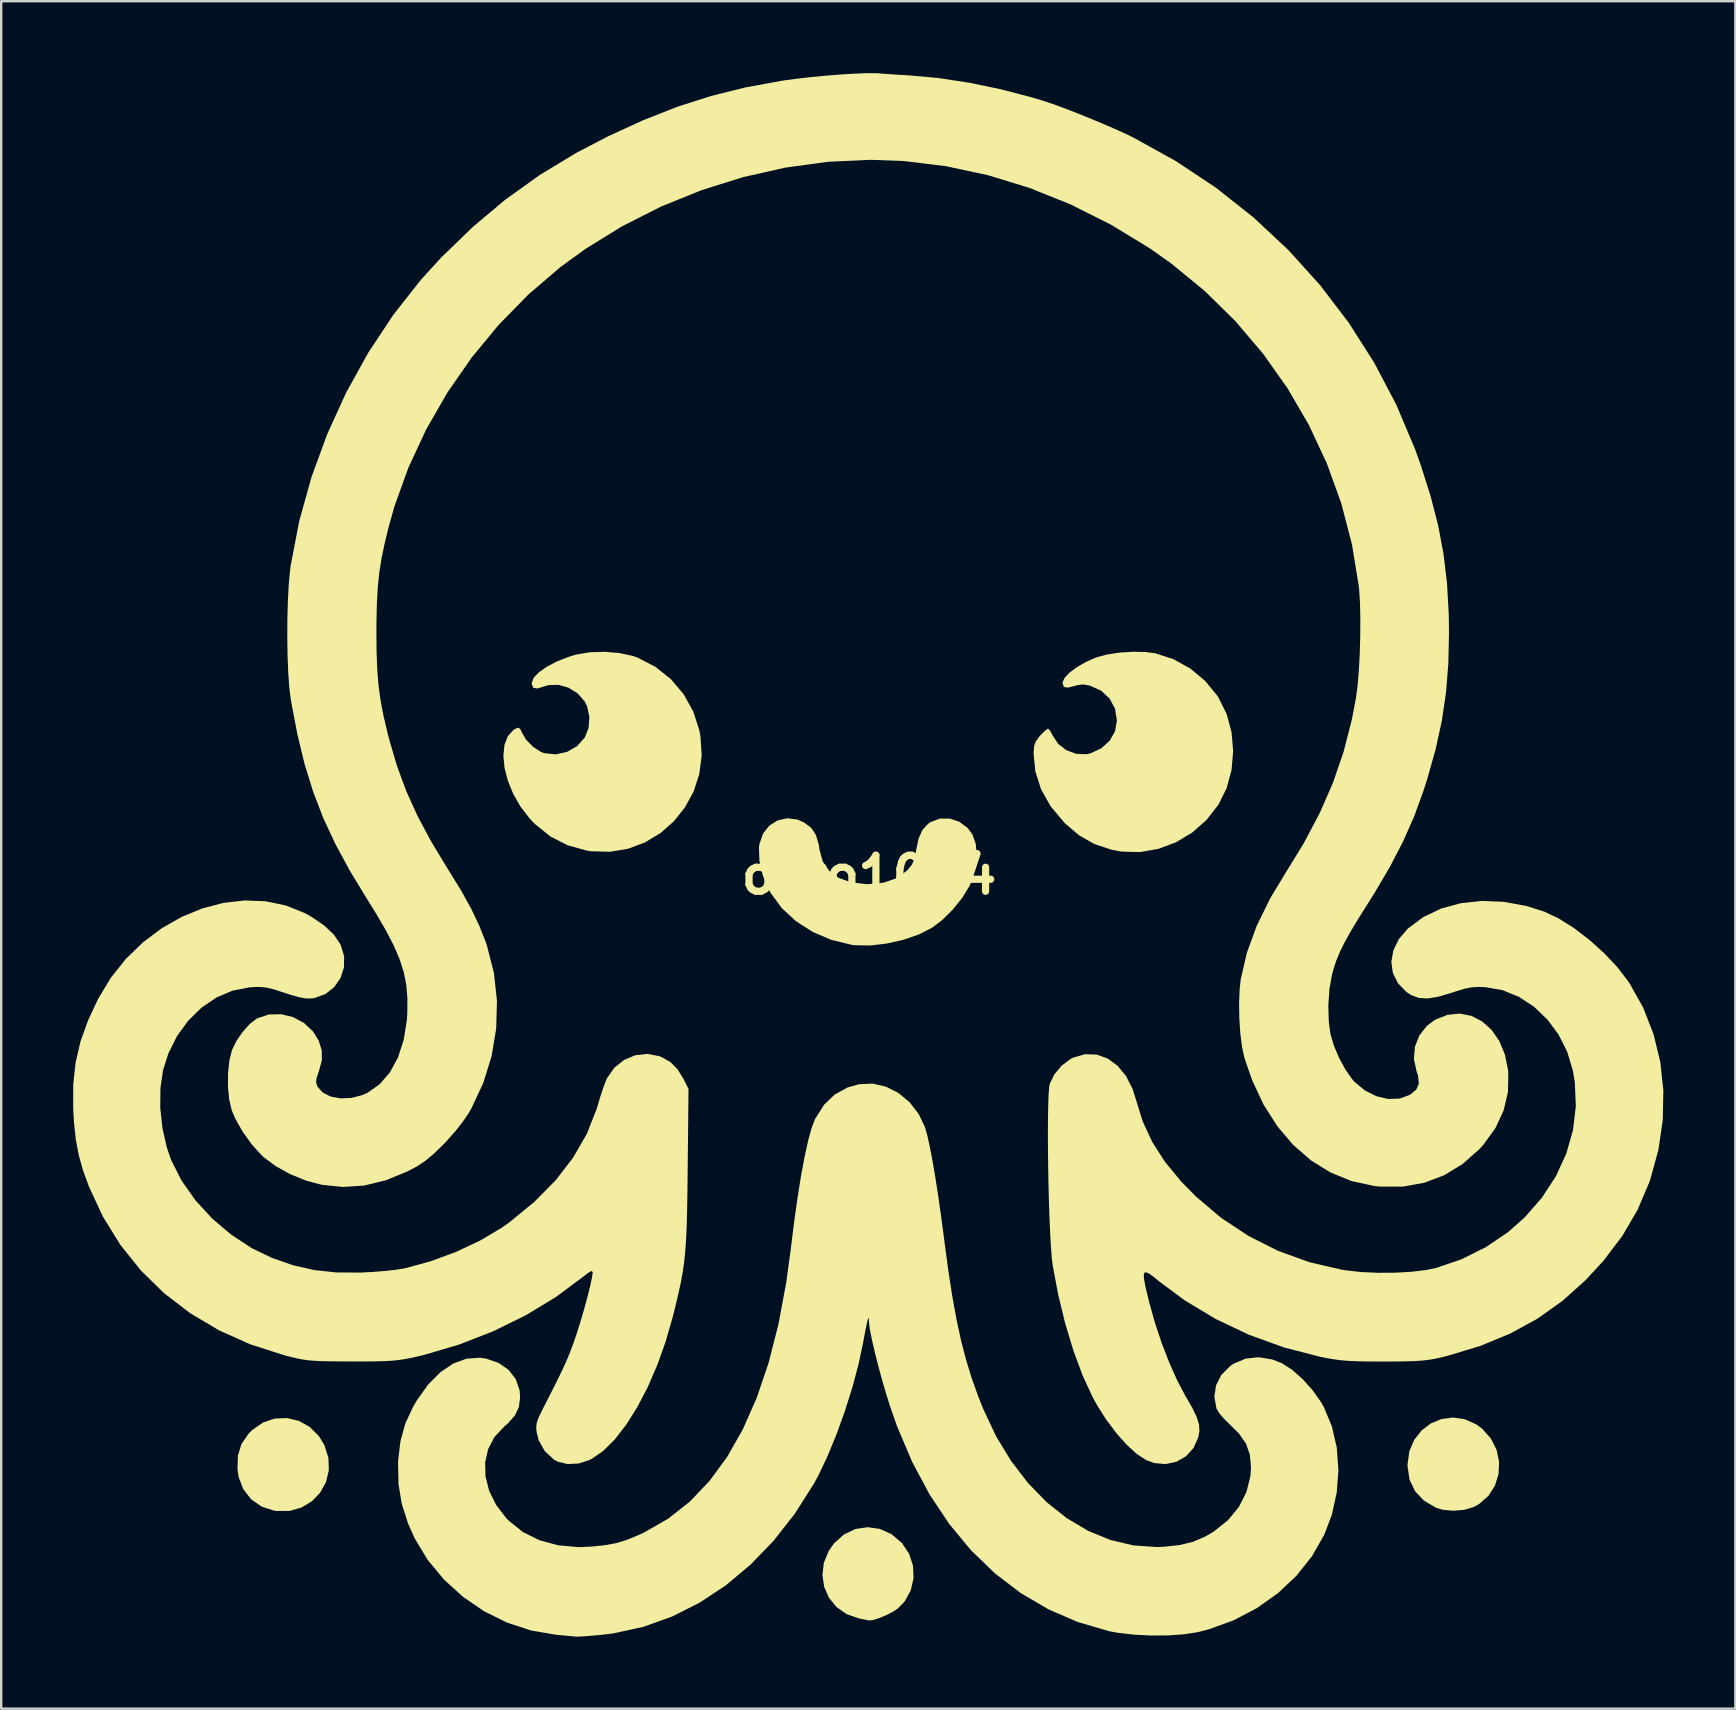
<source format=kicad_pcb>
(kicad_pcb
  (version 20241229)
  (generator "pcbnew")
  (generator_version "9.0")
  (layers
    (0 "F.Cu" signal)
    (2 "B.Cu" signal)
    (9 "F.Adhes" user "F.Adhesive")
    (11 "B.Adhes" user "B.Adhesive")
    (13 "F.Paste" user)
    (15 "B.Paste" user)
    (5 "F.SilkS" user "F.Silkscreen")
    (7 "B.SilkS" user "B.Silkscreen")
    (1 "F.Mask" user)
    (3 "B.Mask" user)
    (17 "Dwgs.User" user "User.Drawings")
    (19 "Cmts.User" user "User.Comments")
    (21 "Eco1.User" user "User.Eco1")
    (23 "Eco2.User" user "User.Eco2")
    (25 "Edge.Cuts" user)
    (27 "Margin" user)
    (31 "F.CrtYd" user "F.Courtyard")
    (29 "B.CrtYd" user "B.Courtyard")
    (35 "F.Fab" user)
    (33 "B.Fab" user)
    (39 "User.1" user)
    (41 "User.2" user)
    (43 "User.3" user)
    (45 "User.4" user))
  (footprint "octo1024"
    (layer "F.Cu")
    (at 33.162 33.411)
    (property "Reference" "octo1024" (at 0 0 0) (layer "F.SilkS") (effects (font (size 1.5 1.5) (thickness 0.3))))
    (attr board_only exclude_from_pos_files exclude_from_bom)
    (fp_poly (pts (xy -23.759 22.747) (xy -23.31 22.997) (xy -22.93 23.372) (xy -22.695 23.759) (xy -22.526 24.293) (xy -22.51 24.815) (xy -22.63 25.303) (xy -22.87 25.737) (xy -23.214 26.095) (xy -23.644 26.356) (xy -24.145 26.499) (xy -24.7 26.501) (xy -24.8 26.486) (xy -25.321 26.314) (xy -25.752 26.01) (xy -26.073 25.594) (xy -26.268 25.087) (xy -26.317 24.751) (xy -26.296 24.181) (xy -26.146 23.701) (xy -25.854 23.281) (xy -25.701 23.127) (xy -25.249 22.814) (xy -24.756 22.65) (xy -24.25 22.63)) (stroke (width 0) (type solid)) (fill yes) (layer "F.SilkS"))
    (fp_poly (pts (xy 24.827 22.678) (xy 25.304 22.893) (xy 25.546 23.072) (xy 25.916 23.486) (xy 26.152 23.958) (xy 26.256 24.462) (xy 26.232 24.967) (xy 26.082 25.446) (xy 25.811 25.871) (xy 25.42 26.213) (xy 25.188 26.34) (xy 24.803 26.454) (xy 24.352 26.492) (xy 23.913 26.453) (xy 23.637 26.372) (xy 23.125 26.071) (xy 22.752 25.675) (xy 22.522 25.191) (xy 22.439 24.623) (xy 22.439 24.577) (xy 22.513 24.021) (xy 22.715 23.541) (xy 23.022 23.148) (xy 23.411 22.853) (xy 23.857 22.669) (xy 24.336 22.607)) (stroke (width 0) (type solid)) (fill yes) (layer "F.SilkS"))
    (fp_poly (pts (xy 0.45 27.248) (xy 0.934 27.466) (xy 1.366 27.831) (xy 1.37 27.836) (xy 1.673 28.288) (xy 1.834 28.789) (xy 1.855 29.308) (xy 1.738 29.813) (xy 1.485 30.269) (xy 1.199 30.567) (xy 0.988 30.706) (xy 0.708 30.848) (xy 0.413 30.97) (xy 0.158 31.048) (xy 0.006 31.063) (xy -0.1 31.043) (xy -0.309 31.002) (xy -0.408 30.982) (xy -0.93 30.803) (xy -1.353 30.506) (xy -1.669 30.118) (xy -1.868 29.665) (xy -1.942 29.172) (xy -1.883 28.665) (xy -1.682 28.17) (xy -1.452 27.843) (xy -1.035 27.474) (xy -0.562 27.252) (xy -0.057 27.177)) (stroke (width 0) (type solid)) (fill yes) (layer "F.SilkS"))
    (fp_poly (pts (xy -2.989 -2.311) (xy -2.713 -2.193) (xy -2.411 -1.966) (xy -2.211 -1.666) (xy -2.092 -1.256) (xy -2.063 -1.055) (xy -1.93 -0.567) (xy -1.66 -0.173) (xy -1.264 0.12) (xy -0.749 0.307) (xy -0.126 0.38) (xy -0.042 0.381) (xy 0.605 0.32) (xy 1.141 0.135) (xy 1.573 -0.176) (xy 1.607 -0.21) (xy 1.785 -0.428) (xy 1.891 -0.665) (xy 1.957 -0.995) (xy 1.96 -1.015) (xy 2.063 -1.512) (xy 2.224 -1.874) (xy 2.459 -2.132) (xy 2.565 -2.205) (xy 2.955 -2.351) (xy 3.369 -2.351) (xy 3.767 -2.216) (xy 4.11 -1.959) (xy 4.308 -1.693) (xy 4.45 -1.288) (xy 4.489 -0.796) (xy 4.428 -0.261) (xy 4.269 0.272) (xy 4.184 0.462) (xy 3.892 0.942) (xy 3.499 1.431) (xy 3.055 1.873) (xy 2.643 2.188) (xy 2.092 2.472) (xy 1.438 2.699) (xy 0.735 2.858) (xy 0.039 2.938) (xy -0.592 2.926) (xy -0.72 2.91) (xy -1.563 2.706) (xy -2.345 2.373) (xy -3.044 1.926) (xy -3.636 1.379) (xy -4.1 0.747) (xy -4.18 0.603) (xy -4.427 0.015) (xy -4.566 -0.581) (xy -4.587 -1.135) (xy -4.568 -1.284) (xy -4.421 -1.718) (xy -4.16 -2.052) (xy -3.814 -2.272) (xy -3.414 -2.364)) (stroke (width 0) (type solid)) (fill yes) (layer "F.SilkS"))
    (fp_poly (pts (xy -10.401 -9.248) (xy -9.848 -9.131) (xy -9.654 -9.063) (xy -8.903 -8.675) (xy -8.256 -8.16) (xy -7.726 -7.536) (xy -7.326 -6.817) (xy -7.069 -6.021) (xy -7.024 -5.78) (xy -6.973 -4.974) (xy -7.073 -4.202) (xy -7.31 -3.478) (xy -7.67 -2.817) (xy -8.136 -2.234) (xy -8.696 -1.742) (xy -9.335 -1.358) (xy -10.037 -1.094) (xy -10.789 -0.967) (xy -11.576 -0.989) (xy -11.769 -1.019) (xy -12.566 -1.24) (xy -13.282 -1.608) (xy -13.925 -2.127) (xy -14.146 -2.36) (xy -14.527 -2.854) (xy -14.829 -3.386) (xy -15.051 -3.932) (xy -15.188 -4.468) (xy -15.236 -4.972) (xy -15.192 -5.418) (xy -15.052 -5.784) (xy -14.813 -6.047) (xy -14.736 -6.094) (xy -14.604 -6.139) (xy -14.521 -6.066) (xy -14.472 -5.951) (xy -14.284 -5.631) (xy -13.996 -5.338) (xy -13.67 -5.127) (xy -13.527 -5.075) (xy -13.048 -5.028) (xy -12.582 -5.131) (xy -12.169 -5.368) (xy -11.849 -5.723) (xy -11.839 -5.738) (xy -11.685 -6.135) (xy -11.653 -6.583) (xy -11.744 -7.018) (xy -11.846 -7.227) (xy -12.14 -7.566) (xy -12.52 -7.804) (xy -12.941 -7.924) (xy -13.361 -7.912) (xy -13.551 -7.853) (xy -13.827 -7.77) (xy -13.99 -7.801) (xy -14.053 -7.953) (xy -14.055 -8.001) (xy -13.976 -8.214) (xy -13.757 -8.446) (xy -13.423 -8.681) (xy -12.999 -8.901) (xy -12.512 -9.092) (xy -12.186 -9.189) (xy -11.636 -9.281) (xy -11.019 -9.3)) (stroke (width 0) (type solid)) (fill yes) (layer "F.SilkS"))
    (fp_poly (pts (xy 11.548 -9.29) (xy 11.934 -9.237) (xy 12.69 -8.991) (xy 13.394 -8.598) (xy 14.015 -8.08) (xy 14.523 -7.456) (xy 14.561 -7.397) (xy 14.902 -6.709) (xy 15.106 -5.954) (xy 15.174 -5.165) (xy 15.107 -4.377) (xy 14.903 -3.623) (xy 14.564 -2.936) (xy 14.065 -2.295) (xy 13.465 -1.767) (xy 12.786 -1.36) (xy 12.053 -1.087) (xy 11.288 -0.955) (xy 10.515 -0.975) (xy 10.118 -1.049) (xy 9.395 -1.289) (xy 8.764 -1.645) (xy 8.177 -2.142) (xy 8.141 -2.179) (xy 7.572 -2.856) (xy 7.169 -3.57) (xy 6.931 -4.319) (xy 6.858 -5.053) (xy 6.876 -5.351) (xy 6.948 -5.565) (xy 7.106 -5.779) (xy 7.121 -5.797) (xy 7.291 -5.974) (xy 7.422 -6.081) (xy 7.458 -6.096) (xy 7.537 -6.026) (xy 7.634 -5.853) (xy 7.651 -5.814) (xy 7.884 -5.461) (xy 8.226 -5.199) (xy 8.633 -5.049) (xy 9.058 -5.033) (xy 9.225 -5.069) (xy 9.679 -5.28) (xy 10.029 -5.596) (xy 10.252 -5.992) (xy 10.329 -6.433) (xy 10.251 -6.927) (xy 10.028 -7.348) (xy 9.675 -7.676) (xy 9.225 -7.885) (xy 8.935 -7.942) (xy 8.664 -7.908) (xy 8.549 -7.873) (xy 8.3 -7.81) (xy 8.154 -7.826) (xy 8.111 -7.857) (xy 8.059 -8.012) (xy 8.146 -8.21) (xy 8.354 -8.432) (xy 8.664 -8.663) (xy 9.057 -8.886) (xy 9.474 -9.068) (xy 9.907 -9.187) (xy 10.44 -9.267) (xy 11.009 -9.303)) (stroke (width 0) (type solid)) (fill yes) (layer "F.SilkS"))
    (fp_poly (pts (xy 26.447 1.118) (xy 27.383 1.289) (xy 28.135 1.525) (xy 28.732 1.807) (xy 29.372 2.209) (xy 30.018 2.703) (xy 30.636 3.26) (xy 31.189 3.848) (xy 31.644 4.44) (xy 31.676 4.487) (xy 32.257 5.523) (xy 32.689 6.626) (xy 32.971 7.784) (xy 33.1 8.982) (xy 33.076 10.205) (xy 32.896 11.441) (xy 32.56 12.674) (xy 32.512 12.812) (xy 32.026 13.952) (xy 31.39 15.04) (xy 30.597 16.085) (xy 29.849 16.893) (xy 28.887 17.754) (xy 27.849 18.49) (xy 26.719 19.109) (xy 25.479 19.621) (xy 24.113 20.035) (xy 23.961 20.073) (xy 23.656 20.144) (xy 23.374 20.196) (xy 23.078 20.232) (xy 22.735 20.255) (xy 22.309 20.268) (xy 21.765 20.274) (xy 21.463 20.275) (xy 20.838 20.273) (xy 20.344 20.264) (xy 19.941 20.245) (xy 19.591 20.212) (xy 19.255 20.163) (xy 18.893 20.096) (xy 18.796 20.076) (xy 17.284 19.685) (xy 15.824 19.155) (xy 14.437 18.497) (xy 13.146 17.719) (xy 12.107 16.946) (xy 11.83 16.723) (xy 11.632 16.588) (xy 11.507 16.551) (xy 11.451 16.626) (xy 11.457 16.824) (xy 11.52 17.158) (xy 11.635 17.638) (xy 11.687 17.847) (xy 11.918 18.672) (xy 12.199 19.512) (xy 12.513 20.323) (xy 12.841 21.059) (xy 13.168 21.678) (xy 13.203 21.737) (xy 13.476 22.212) (xy 13.655 22.586) (xy 13.749 22.892) (xy 13.768 23.161) (xy 13.724 23.424) (xy 13.523 23.874) (xy 13.21 24.22) (xy 12.812 24.449) (xy 12.359 24.548) (xy 11.882 24.504) (xy 11.544 24.379) (xy 11.158 24.126) (xy 10.736 23.741) (xy 10.303 23.254) (xy 9.88 22.69) (xy 9.493 22.078) (xy 9.32 21.762) (xy 8.905 20.863) (xy 8.521 19.831) (xy 8.178 18.698) (xy 7.885 17.497) (xy 7.654 16.263) (xy 7.653 16.256) (xy 7.615 15.939) (xy 7.58 15.495) (xy 7.549 14.948) (xy 7.522 14.32) (xy 7.498 13.635) (xy 7.479 12.915) (xy 7.466 12.184) (xy 7.457 11.465) (xy 7.454 10.78) (xy 7.457 10.153) (xy 7.467 9.607) (xy 7.483 9.165) (xy 7.506 8.85) (xy 7.531 8.701) (xy 7.721 8.31) (xy 8.027 7.946) (xy 8.396 7.666) (xy 8.508 7.609) (xy 9.002 7.467) (xy 9.485 7.484) (xy 9.942 7.647) (xy 10.354 7.947) (xy 10.706 8.371) (xy 10.981 8.909) (xy 11.122 9.357) (xy 11.404 10.267) (xy 11.802 11.124) (xy 12.33 11.949) (xy 13.001 12.764) (xy 13.607 13.383) (xy 14.664 14.281) (xy 15.817 15.044) (xy 17.051 15.665) (xy 18.349 16.135) (xy 19.698 16.447) (xy 19.854 16.472) (xy 20.487 16.543) (xy 21.188 16.576) (xy 21.909 16.573) (xy 22.6 16.534) (xy 23.212 16.461) (xy 23.622 16.377) (xy 24.685 16.014) (xy 25.695 15.512) (xy 26.62 14.888) (xy 27.314 14.276) (xy 28.042 13.442) (xy 28.624 12.549) (xy 29.056 11.608) (xy 29.334 10.633) (xy 29.453 9.637) (xy 29.41 8.632) (xy 29.33 8.151) (xy 29.095 7.369) (xy 28.735 6.653) (xy 28.268 6.022) (xy 27.712 5.492) (xy 27.085 5.079) (xy 26.403 4.801) (xy 25.694 4.675) (xy 25.376 4.663) (xy 25.104 4.682) (xy 24.819 4.74) (xy 24.461 4.847) (xy 24.268 4.911) (xy 23.716 5.075) (xy 23.275 5.146) (xy 22.912 5.123) (xy 22.596 5.006) (xy 22.394 4.874) (xy 22.038 4.508) (xy 21.828 4.082) (xy 21.765 3.619) (xy 21.848 3.142) (xy 22.076 2.674) (xy 22.449 2.237) (xy 22.459 2.227) (xy 23.1 1.751) (xy 23.838 1.4) (xy 24.655 1.176) (xy 25.531 1.081)) (stroke (width 0) (type solid)) (fill yes) (layer "F.SilkS"))
    (fp_poly (pts (xy -25.144 1.095) (xy -24.298 1.271) (xy -23.498 1.594) (xy -23.241 1.738) (xy -22.703 2.104) (xy -22.31 2.473) (xy -22.04 2.869) (xy -22.012 2.923) (xy -21.871 3.39) (xy -21.88 3.857) (xy -22.023 4.293) (xy -22.284 4.67) (xy -22.646 4.957) (xy -23.095 5.124) (xy -23.194 5.141) (xy -23.431 5.146) (xy -23.725 5.099) (xy -24.114 4.99) (xy -24.355 4.911) (xy -24.753 4.781) (xy -25.052 4.703) (xy -25.309 4.669) (xy -25.584 4.668) (xy -25.808 4.682) (xy -26.518 4.818) (xy -27.194 5.106) (xy -27.817 5.53) (xy -28.371 6.072) (xy -28.838 6.716) (xy -29.201 7.446) (xy -29.418 8.135) (xy -29.527 8.88) (xy -29.534 9.702) (xy -29.443 10.547) (xy -29.259 11.361) (xy -29.081 11.875) (xy -28.647 12.734) (xy -28.069 13.555) (xy -27.371 14.315) (xy -26.577 14.989) (xy -25.713 15.554) (xy -24.881 15.955) (xy -23.993 16.264) (xy -23.119 16.463) (xy -22.205 16.561) (xy -21.198 16.567) (xy -21.167 16.566) (xy -20.666 16.54) (xy -20.169 16.5) (xy -19.726 16.451) (xy -19.391 16.399) (xy -19.346 16.39) (xy -18.261 16.094) (xy -17.195 15.7) (xy -16.192 15.226) (xy -15.295 14.692) (xy -15.004 14.487) (xy -13.949 13.623) (xy -13.057 12.72) (xy -12.328 11.774) (xy -11.759 10.785) (xy -11.35 9.75) (xy -11.296 9.567) (xy -11.18 9.183) (xy -11.061 8.827) (xy -10.957 8.554) (xy -10.918 8.467) (xy -10.612 8.03) (xy -10.21 7.708) (xy -9.744 7.512) (xy -9.244 7.454) (xy -8.743 7.548) (xy -8.656 7.582) (xy -8.277 7.794) (xy -7.978 8.096) (xy -7.732 8.498) (xy -7.522 8.911) (xy -7.556 12.266) (xy -7.567 13.193) (xy -7.58 13.974) (xy -7.598 14.636) (xy -7.623 15.201) (xy -7.658 15.695) (xy -7.704 16.142) (xy -7.766 16.567) (xy -7.845 16.993) (xy -7.943 17.446) (xy -8.063 17.95) (xy -8.17 18.383) (xy -8.468 19.424) (xy -8.82 20.412) (xy -9.218 21.333) (xy -9.653 22.168) (xy -10.114 22.902) (xy -10.593 23.52) (xy -11.08 24.003) (xy -11.566 24.337) (xy -11.646 24.377) (xy -12.105 24.524) (xy -12.564 24.547) (xy -12.974 24.446) (xy -13.13 24.361) (xy -13.511 24.007) (xy -13.764 23.558) (xy -13.849 23.229) (xy -13.869 23.015) (xy -13.846 22.822) (xy -13.766 22.598) (xy -13.616 22.289) (xy -13.591 22.24) (xy -13.251 21.579) (xy -12.979 21.037) (xy -12.761 20.586) (xy -12.586 20.196) (xy -12.439 19.837) (xy -12.307 19.482) (xy -12.18 19.107) (xy -12.023 18.61) (xy -11.873 18.097) (xy -11.739 17.604) (xy -11.628 17.163) (xy -11.551 16.809) (xy -11.516 16.574) (xy -11.515 16.541) (xy -11.563 16.503) (xy -11.712 16.584) (xy -11.917 16.744) (xy -13.046 17.585) (xy -14.302 18.346) (xy -15.653 19.01) (xy -17.072 19.564) (xy -18.527 19.995) (xy -18.899 20.083) (xy -19.216 20.15) (xy -19.507 20.199) (xy -19.807 20.234) (xy -20.149 20.256) (xy -20.567 20.268) (xy -21.095 20.272) (xy -21.59 20.271) (xy -22.199 20.268) (xy -22.672 20.262) (xy -23.043 20.248) (xy -23.345 20.225) (xy -23.611 20.188) (xy -23.875 20.136) (xy -24.171 20.063) (xy -24.388 20.006) (xy -25.788 19.556) (xy -27.089 18.972) (xy -28.286 18.261) (xy -29.374 17.427) (xy -30.346 16.475) (xy -31.198 15.41) (xy -31.923 14.237) (xy -32.503 12.992) (xy -32.752 12.312) (xy -32.931 11.674) (xy -33.054 11.021) (xy -33.13 10.296) (xy -33.162 9.737) (xy -33.161 8.741) (xy -33.064 7.826) (xy -32.86 6.945) (xy -32.54 6.053) (xy -32.124 5.165) (xy -31.594 4.283) (xy -30.966 3.495) (xy -30.255 2.806) (xy -29.477 2.222) (xy -28.649 1.749) (xy -27.786 1.394) (xy -26.903 1.163) (xy -26.017 1.061)) (stroke (width 0) (type solid)) (fill yes) (layer "F.SilkS"))
    (fp_poly (pts (xy 0.704 8.82) (xy 1.226 9.083) (xy 1.689 9.467) (xy 2.068 9.956) (xy 2.329 10.502) (xy 2.422 10.824) (xy 2.528 11.297) (xy 2.644 11.902) (xy 2.766 12.62) (xy 2.892 13.432) (xy 3.018 14.321) (xy 3.133 15.198) (xy 3.298 16.438) (xy 3.467 17.535) (xy 3.644 18.512) (xy 3.835 19.396) (xy 4.047 20.211) (xy 4.284 20.982) (xy 4.554 21.735) (xy 4.752 22.234) (xy 5.292 23.382) (xy 5.921 24.419) (xy 6.628 25.34) (xy 7.404 26.136) (xy 8.24 26.801) (xy 9.127 27.327) (xy 10.055 27.708) (xy 11.015 27.936) (xy 11.997 28.004) (xy 12.277 27.993) (xy 12.937 27.922) (xy 13.492 27.788) (xy 13.997 27.574) (xy 14.371 27.355) (xy 14.955 26.888) (xy 15.411 26.334) (xy 15.728 25.711) (xy 15.894 25.041) (xy 15.917 24.676) (xy 15.868 24.148) (xy 15.706 23.693) (xy 15.413 23.271) (xy 15.061 22.923) (xy 14.809 22.679) (xy 14.604 22.44) (xy 14.486 22.253) (xy 14.48 22.238) (xy 14.39 21.742) (xy 14.46 21.266) (xy 14.681 20.832) (xy 15.044 20.467) (xy 15.192 20.365) (xy 15.692 20.153) (xy 16.239 20.094) (xy 16.809 20.189) (xy 17.201 20.344) (xy 17.625 20.614) (xy 18.066 21.002) (xy 18.482 21.466) (xy 18.834 21.963) (xy 18.946 22.158) (xy 19.286 22.972) (xy 19.491 23.857) (xy 19.559 24.786) (xy 19.491 25.729) (xy 19.286 26.658) (xy 18.969 27.494) (xy 18.46 28.385) (xy 17.812 29.2) (xy 17.041 29.926) (xy 16.164 30.548) (xy 15.2 31.054) (xy 14.165 31.431) (xy 13.698 31.551) (xy 13.132 31.64) (xy 12.459 31.687) (xy 11.733 31.691) (xy 11.01 31.653) (xy 10.346 31.575) (xy 10.009 31.511) (xy 8.708 31.132) (xy 7.478 30.601) (xy 6.322 29.923) (xy 5.245 29.101) (xy 4.25 28.139) (xy 3.341 27.041) (xy 2.522 25.812) (xy 1.796 24.454) (xy 1.168 22.972) (xy 0.863 22.098) (xy 0.69 21.544) (xy 0.522 20.96) (xy 0.365 20.378) (xy 0.227 19.827) (xy 0.115 19.338) (xy 0.037 18.942) (xy 0.002 18.669) (xy 0 18.624) (xy -0.008 18.48) (xy -0.034 18.48) (xy -0.078 18.63) (xy -0.143 18.934) (xy -0.23 19.4) (xy -0.246 19.488) (xy -0.439 20.396) (xy -0.699 21.368) (xy -1.013 22.362) (xy -1.365 23.335) (xy -1.74 24.243) (xy -2.123 25.046) (xy -2.294 25.36) (xy -3.086 26.607) (xy -3.967 27.733) (xy -4.93 28.732) (xy -5.964 29.598) (xy -7.062 30.324) (xy -8.214 30.904) (xy -9.412 31.332) (xy -10.646 31.601) (xy -11.16 31.664) (xy -11.544 31.698) (xy -11.873 31.724) (xy -12.106 31.737) (xy -12.192 31.738) (xy -12.331 31.725) (xy -12.591 31.701) (xy -12.923 31.671) (xy -13.039 31.66) (xy -14.087 31.481) (xy -15.095 31.148) (xy -16.047 30.676) (xy -16.923 30.076) (xy -17.707 29.363) (xy -18.382 28.55) (xy -18.93 27.649) (xy -19.209 27.022) (xy -19.472 26.195) (xy -19.607 25.384) (xy -19.625 24.518) (xy -19.62 24.393) (xy -19.525 23.586) (xy -19.325 22.863) (xy -19 22.162) (xy -18.834 21.879) (xy -18.363 21.224) (xy -17.857 20.715) (xy -17.323 20.357) (xy -16.771 20.155) (xy -16.209 20.115) (xy -15.96 20.151) (xy -15.436 20.331) (xy -15.017 20.623) (xy -14.72 21.009) (xy -14.561 21.469) (xy -14.538 21.765) (xy -14.591 22.171) (xy -14.753 22.519) (xy -15.048 22.852) (xy -15.204 22.988) (xy -15.608 23.419) (xy -15.871 23.923) (xy -15.995 24.479) (xy -15.981 25.065) (xy -15.829 25.661) (xy -15.541 26.246) (xy -15.117 26.799) (xy -15.014 26.906) (xy -14.427 27.376) (xy -13.737 27.719) (xy -12.958 27.931) (xy -12.104 28.007) (xy -11.56 27.986) (xy -11 27.926) (xy -10.542 27.842) (xy -10.116 27.715) (xy -9.654 27.527) (xy -9.356 27.388) (xy -8.371 26.823) (xy -7.468 26.111) (xy -6.647 25.25) (xy -5.908 24.242) (xy -5.252 23.086) (xy -4.678 21.783) (xy -4.186 20.332) (xy -3.777 18.733) (xy -3.451 16.988) (xy -3.259 15.579) (xy -3.122 14.464) (xy -2.978 13.444) (xy -2.832 12.531) (xy -2.684 11.736) (xy -2.537 11.072) (xy -2.394 10.551) (xy -2.256 10.186) (xy -2.239 10.151) (xy -1.872 9.574) (xy -1.426 9.144) (xy -0.891 8.852) (xy -0.417 8.719) (xy 0.148 8.693)) (stroke (width 0) (type solid)) (fill yes) (layer "F.SilkS"))
    (fp_poly (pts (xy 0.289 -33.411) (xy 0.43 -33.402) (xy 0.677 -33.382) (xy 1.036 -33.358) (xy 1.449 -33.332) (xy 1.693 -33.319) (xy 2.89 -33.21) (xy 4.174 -33.014) (xy 5.495 -32.741) (xy 6.8 -32.399) (xy 7.369 -32.226) (xy 7.81 -32.074) (xy 8.359 -31.868) (xy 8.969 -31.626) (xy 9.595 -31.368) (xy 10.191 -31.112) (xy 10.713 -30.876) (xy 11.016 -30.729) (xy 12.796 -29.743) (xy 14.469 -28.629) (xy 16.029 -27.394) (xy 17.473 -26.043) (xy 18.793 -24.583) (xy 19.986 -23.019) (xy 21.046 -21.357) (xy 21.968 -19.603) (xy 22.747 -17.763) (xy 22.982 -17.108) (xy 23.397 -15.8) (xy 23.714 -14.574) (xy 23.94 -13.378) (xy 24.085 -12.163) (xy 24.157 -10.878) (xy 24.168 -10.118) (xy 24.14 -8.809) (xy 24.042 -7.592) (xy 23.868 -6.416) (xy 23.608 -5.229) (xy 23.255 -3.98) (xy 23.101 -3.5) (xy 22.717 -2.444) (xy 22.257 -1.402) (xy 21.705 -0.337) (xy 21.042 0.786) (xy 20.815 1.147) (xy 20.402 1.803) (xy 20.074 2.347) (xy 19.819 2.804) (xy 19.623 3.201) (xy 19.473 3.563) (xy 19.357 3.916) (xy 19.298 4.129) (xy 19.187 4.746) (xy 19.139 5.43) (xy 19.157 6.104) (xy 19.228 6.621) (xy 19.37 7.108) (xy 19.59 7.628) (xy 19.858 8.119) (xy 20.144 8.523) (xy 20.24 8.631) (xy 20.67 8.983) (xy 21.148 9.22) (xy 21.639 9.334) (xy 22.112 9.317) (xy 22.533 9.162) (xy 22.555 9.149) (xy 22.805 8.94) (xy 22.911 8.693) (xy 22.881 8.377) (xy 22.815 8.175) (xy 22.705 7.665) (xy 22.748 7.157) (xy 22.933 6.685) (xy 23.247 6.284) (xy 23.583 6.036) (xy 24.103 5.827) (xy 24.614 5.775) (xy 25.102 5.87) (xy 25.55 6.101) (xy 25.943 6.454) (xy 26.265 6.92) (xy 26.499 7.487) (xy 26.631 8.144) (xy 26.639 8.233) (xy 26.625 9.036) (xy 26.445 9.81) (xy 26.102 10.548) (xy 25.599 11.243) (xy 25.443 11.415) (xy 24.744 12.037) (xy 23.972 12.509) (xy 23.134 12.826) (xy 22.241 12.986) (xy 21.302 12.986) (xy 21.051 12.959) (xy 20.112 12.756) (xy 19.232 12.398) (xy 18.417 11.893) (xy 17.676 11.248) (xy 17.014 10.47) (xy 16.44 9.566) (xy 15.96 8.542) (xy 15.642 7.62) (xy 15.544 7.173) (xy 15.473 6.61) (xy 15.431 5.986) (xy 15.421 5.353) (xy 15.444 4.763) (xy 15.491 4.338) (xy 15.744 3.245) (xy 16.155 2.118) (xy 16.721 0.966) (xy 17.292 0.02) (xy 18.106 -1.306) (xy 18.783 -2.585) (xy 19.335 -3.85) (xy 19.775 -5.133) (xy 20.117 -6.466) (xy 20.29 -7.366) (xy 20.357 -7.872) (xy 20.41 -8.501) (xy 20.448 -9.208) (xy 20.469 -9.946) (xy 20.473 -10.669) (xy 20.459 -11.332) (xy 20.424 -11.888) (xy 20.41 -12.023) (xy 20.124 -13.777) (xy 19.678 -15.49) (xy 19.077 -17.152) (xy 18.329 -18.753) (xy 17.439 -20.282) (xy 16.414 -21.73) (xy 15.259 -23.087) (xy 13.982 -24.342) (xy 12.587 -25.486) (xy 11.684 -26.124) (xy 10.07 -27.105) (xy 8.403 -27.941) (xy 6.695 -28.627) (xy 4.959 -29.16) (xy 3.206 -29.536) (xy 1.45 -29.75) (xy 0.059 -29.802) (xy -1.707 -29.72) (xy -3.481 -29.477) (xy -5.246 -29.08) (xy -6.981 -28.536) (xy -8.668 -27.852) (xy -10.287 -27.033) (xy -11.819 -26.088) (xy -12.859 -25.332) (xy -14.193 -24.19) (xy -15.43 -22.927) (xy -16.559 -21.559) (xy -17.569 -20.103) (xy -18.449 -18.574) (xy -19.187 -16.99) (xy -19.774 -15.367) (xy -20.023 -14.481) (xy -20.192 -13.78) (xy -20.32 -13.155) (xy -20.412 -12.561) (xy -20.473 -11.954) (xy -20.509 -11.287) (xy -20.525 -10.515) (xy -20.527 -10.16) (xy -20.52 -9.298) (xy -20.492 -8.559) (xy -20.438 -7.897) (xy -20.352 -7.265) (xy -20.228 -6.618) (xy -20.06 -5.909) (xy -19.982 -5.605) (xy -19.663 -4.525) (xy -19.28 -3.49) (xy -18.816 -2.464) (xy -18.253 -1.41) (xy -17.577 -0.291) (xy -17.516 -0.195) (xy -16.996 0.65) (xy -16.577 1.406) (xy -16.243 2.106) (xy -15.976 2.782) (xy -15.92 2.946) (xy -15.631 4.078) (xy -15.504 5.235) (xy -15.536 6.397) (xy -15.726 7.545) (xy -16.072 8.662) (xy -16.571 9.728) (xy -16.687 9.93) (xy -16.924 10.28) (xy -17.245 10.686) (xy -17.607 11.094) (xy -17.774 11.267) (xy -18.158 11.636) (xy -18.487 11.91) (xy -18.814 12.129) (xy -19.189 12.331) (xy -19.219 12.346) (xy -20.143 12.725) (xy -21.043 12.942) (xy -21.937 13) (xy -22.818 12.907) (xy -23.467 12.733) (xy -24.123 12.464) (xy -24.731 12.128) (xy -25.235 11.751) (xy -25.304 11.687) (xy -25.723 11.224) (xy -26.107 10.688) (xy -26.415 10.139) (xy -26.559 9.795) (xy -26.664 9.346) (xy -26.714 8.805) (xy -26.709 8.236) (xy -26.649 7.703) (xy -26.543 7.291) (xy -26.357 6.91) (xy -26.097 6.532) (xy -25.803 6.207) (xy -25.517 5.986) (xy -25.493 5.973) (xy -25.01 5.813) (xy -24.503 5.8) (xy -24.004 5.92) (xy -23.549 6.163) (xy -23.172 6.515) (xy -22.935 6.896) (xy -22.803 7.309) (xy -22.8 7.72) (xy -22.926 8.184) (xy -22.932 8.2) (xy -23.021 8.464) (xy -23.04 8.639) (xy -22.995 8.789) (xy -22.978 8.825) (xy -22.759 9.071) (xy -22.427 9.234) (xy -22.018 9.308) (xy -21.571 9.29) (xy -21.12 9.174) (xy -20.901 9.077) (xy -20.389 8.717) (xy -19.962 8.22) (xy -19.626 7.6) (xy -19.39 6.87) (xy -19.258 6.045) (xy -19.239 5.74) (xy -19.235 5.153) (xy -19.279 4.606) (xy -19.382 4.074) (xy -19.552 3.532) (xy -19.798 2.953) (xy -20.129 2.313) (xy -20.553 1.587) (xy -20.903 1.025) (xy -21.625 -0.162) (xy -22.232 -1.281) (xy -22.741 -2.372) (xy -23.165 -3.472) (xy -23.52 -4.622) (xy -23.819 -5.859) (xy -24.08 -7.222) (xy -24.097 -7.324) (xy -24.157 -7.808) (xy -24.201 -8.423) (xy -24.229 -9.129) (xy -24.241 -9.888) (xy -24.237 -10.662) (xy -24.216 -11.411) (xy -24.18 -12.097) (xy -24.127 -12.682) (xy -24.1 -12.889) (xy -23.745 -14.741) (xy -23.235 -16.572) (xy -22.579 -18.366) (xy -21.786 -20.105) (xy -20.863 -21.77) (xy -19.821 -23.344) (xy -18.667 -24.809) (xy -17.827 -25.73) (xy -16.502 -27.012) (xy -15.147 -28.148) (xy -13.729 -29.164) (xy -12.216 -30.081) (xy -10.88 -30.778) (xy -9.401 -31.456) (xy -7.983 -32.013) (xy -6.582 -32.462) (xy -5.154 -32.817) (xy -3.659 -33.092) (xy -3.587 -33.103) (xy -3.039 -33.178) (xy -2.431 -33.247) (xy -1.797 -33.308) (xy -1.173 -33.357) (xy -0.594 -33.392) (xy -0.095 -33.411)) (stroke (width 0) (type solid)) (fill yes) (layer "F.SilkS")))
  (gr_rect
    (start -3 -3)
    (end 69.262 68.149)
    (stroke (width 0.1) (type default))
    (fill no)
    (layer "Edge.Cuts")))
</source>
